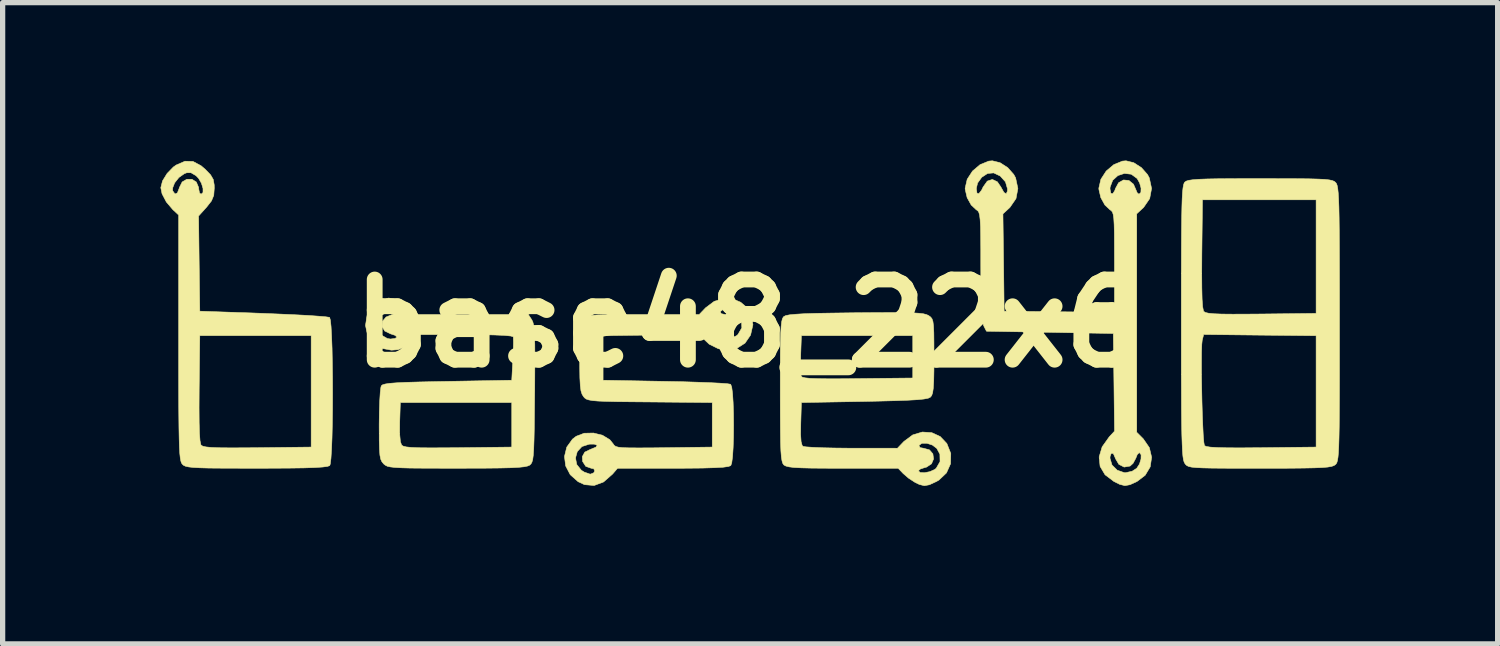
<source format=kicad_pcb>
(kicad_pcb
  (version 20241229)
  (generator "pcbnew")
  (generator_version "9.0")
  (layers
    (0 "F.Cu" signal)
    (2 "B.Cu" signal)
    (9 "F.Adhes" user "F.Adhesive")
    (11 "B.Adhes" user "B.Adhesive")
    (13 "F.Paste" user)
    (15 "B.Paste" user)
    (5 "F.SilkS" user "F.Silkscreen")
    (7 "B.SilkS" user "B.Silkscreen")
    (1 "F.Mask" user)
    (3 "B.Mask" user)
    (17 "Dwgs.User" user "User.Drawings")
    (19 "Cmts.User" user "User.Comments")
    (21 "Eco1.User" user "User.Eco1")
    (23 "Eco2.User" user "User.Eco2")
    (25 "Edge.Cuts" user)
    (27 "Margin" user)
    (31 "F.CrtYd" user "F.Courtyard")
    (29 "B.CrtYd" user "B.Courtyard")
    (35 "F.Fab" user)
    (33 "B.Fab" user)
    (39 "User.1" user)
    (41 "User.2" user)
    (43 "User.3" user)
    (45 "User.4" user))
  (footprint "base48_22x6"
    (layer "F.Cu")
    (at 11.181 3.095)
    (property "Reference" "base48_22x6" (at 0 0 0) (layer "F.SilkS") (effects (font (size 1.524 1.524) (thickness 0.3))))
    (attr through_hole)
    (fp_poly (pts (xy -10.564 -3.078) (xy -10.411 -2.996) (xy -10.331 -2.928) (xy -10.23 -2.823) (xy -10.179 -2.735) (xy -10.161 -2.631) (xy -10.16 -2.568) (xy -10.17 -2.433) (xy -10.213 -2.328) (xy -10.304 -2.212) (xy -10.309 -2.206) (xy -10.458 -2.041) (xy -10.447 -1.137) (xy -10.435 -0.233) (xy -9.229 -0.191) (xy -8.916 -0.178) (xy -8.629 -0.165) (xy -8.38 -0.152) (xy -8.181 -0.138) (xy -8.041 -0.126) (xy -7.973 -0.116) (xy -7.969 -0.114) (xy -7.954 -0.063) (xy -7.941 0.06) (xy -7.931 0.243) (xy -7.922 0.474) (xy -7.917 0.741) (xy -7.913 1.03) (xy -7.912 1.33) (xy -7.913 1.629) (xy -7.917 1.914) (xy -7.923 2.173) (xy -7.932 2.394) (xy -7.943 2.564) (xy -7.956 2.67) (xy -7.967 2.701) (xy -8.008 2.716) (xy -8.099 2.728) (xy -8.248 2.738) (xy -8.46 2.745) (xy -8.741 2.749) (xy -9.097 2.751) (xy -9.358 2.752) (xy -9.731 2.751) (xy -10.03 2.75) (xy -10.261 2.748) (xy -10.436 2.743) (xy -10.562 2.736) (xy -10.649 2.726) (xy -10.706 2.713) (xy -10.743 2.696) (xy -10.767 2.674) (xy -10.767 2.674) (xy -10.783 2.651) (xy -10.795 2.615) (xy -10.806 2.557) (xy -10.815 2.473) (xy -10.822 2.354) (xy -10.827 2.194) (xy -10.831 1.988) (xy -10.834 1.727) (xy -10.835 1.603) (xy -10.449 1.603) (xy -10.447 1.883) (xy -10.441 2.089) (xy -10.431 2.226) (xy -10.416 2.301) (xy -10.409 2.313) (xy -10.379 2.332) (xy -10.318 2.346) (xy -10.217 2.356) (xy -10.066 2.362) (xy -9.856 2.364) (xy -9.578 2.363) (xy -9.339 2.361) (xy -8.319 2.349) (xy -8.319 0.233) (xy -10.435 0.233) (xy -10.447 1.244) (xy -10.449 1.603) (xy -10.835 1.603) (xy -10.836 1.405) (xy -10.837 1.015) (xy -10.837 0.551) (xy -10.837 0.269) (xy -10.837 -2.06) (xy -10.947 -2.162) (xy -11.071 -2.308) (xy -11.152 -2.463) (xy -11.174 -2.569) (xy -10.953 -2.569) (xy -10.949 -2.519) (xy -10.906 -2.46) (xy -10.861 -2.479) (xy -10.825 -2.571) (xy -10.823 -2.581) (xy -10.77 -2.688) (xy -10.682 -2.739) (xy -10.584 -2.739) (xy -10.501 -2.687) (xy -10.458 -2.585) (xy -10.456 -2.556) (xy -10.44 -2.479) (xy -10.411 -2.455) (xy -10.374 -2.487) (xy -10.374 -2.565) (xy -10.404 -2.664) (xy -10.459 -2.758) (xy -10.508 -2.808) (xy -10.602 -2.863) (xy -10.682 -2.863) (xy -10.728 -2.846) (xy -10.832 -2.773) (xy -10.913 -2.671) (xy -10.953 -2.569) (xy -11.174 -2.569) (xy -11.176 -2.579) (xy -11.143 -2.708) (xy -11.057 -2.848) (xy -10.938 -2.971) (xy -10.883 -3.01) (xy -10.716 -3.082) (xy -10.564 -3.078)) (stroke (width 0.01) (type solid)) (fill yes) (layer "F.SilkS"))
    (fp_poly (pts (xy -6.668 -0.459) (xy -6.491 -0.366) (xy -6.415 -0.297) (xy -6.292 -0.169) (xy -4.193 -0.169) (xy -4.127 -0.068) (xy -4.108 -0.03) (xy -4.093 0.028) (xy -4.082 0.113) (xy -4.075 0.235) (xy -4.07 0.404) (xy -4.069 0.629) (xy -4.07 0.919) (xy -4.072 1.283) (xy -4.073 1.332) (xy -4.077 1.699) (xy -4.08 1.99) (xy -4.085 2.215) (xy -4.091 2.383) (xy -4.099 2.503) (xy -4.11 2.585) (xy -4.125 2.637) (xy -4.143 2.669) (xy -4.166 2.691) (xy -4.167 2.692) (xy -4.206 2.709) (xy -4.273 2.723) (xy -4.378 2.734) (xy -4.529 2.742) (xy -4.735 2.747) (xy -5.004 2.75) (xy -5.344 2.751) (xy -5.554 2.752) (xy -5.921 2.751) (xy -6.213 2.75) (xy -6.439 2.748) (xy -6.609 2.743) (xy -6.731 2.736) (xy -6.816 2.726) (xy -6.873 2.713) (xy -6.91 2.694) (xy -6.938 2.672) (xy -6.943 2.667) (xy -6.975 2.628) (xy -6.998 2.578) (xy -7.013 2.502) (xy -7.021 2.387) (xy -7.026 2.218) (xy -7.026 2.097) (xy -6.638 2.097) (xy -6.624 2.246) (xy -6.6 2.312) (xy -6.571 2.331) (xy -6.512 2.346) (xy -6.415 2.356) (xy -6.27 2.362) (xy -6.067 2.364) (xy -5.796 2.363) (xy -5.529 2.361) (xy -4.508 2.349) (xy -4.508 1.503) (xy -6.625 1.503) (xy -6.637 1.877) (xy -6.638 2.097) (xy -7.026 2.097) (xy -7.027 1.981) (xy -7.027 1.916) (xy -7.024 1.683) (xy -7.017 1.477) (xy -7.007 1.314) (xy -6.994 1.211) (xy -6.986 1.185) (xy -6.962 1.166) (xy -6.912 1.151) (xy -6.827 1.138) (xy -6.698 1.128) (xy -6.516 1.119) (xy -6.272 1.112) (xy -5.957 1.105) (xy -5.727 1.101) (xy -4.508 1.079) (xy -4.487 0.687) (xy -4.479 0.511) (xy -4.476 0.365) (xy -4.478 0.273) (xy -4.48 0.253) (xy -4.527 0.239) (xy -4.65 0.227) (xy -4.842 0.219) (xy -5.096 0.213) (xy -5.385 0.212) (xy -6.276 0.212) (xy -6.44 0.36) (xy -6.559 0.454) (xy -6.666 0.498) (xy -6.794 0.508) (xy -6.99 0.471) (xy -7.144 0.37) (xy -7.247 0.221) (xy -7.287 0.039) (xy -7.283 0.012) (xy -7.112 0.012) (xy -7.076 0.121) (xy -6.986 0.221) (xy -6.872 0.286) (xy -6.813 0.296) (xy -6.725 0.285) (xy -6.689 0.259) (xy -6.725 0.226) (xy -6.81 0.198) (xy -6.922 0.144) (xy -6.973 0.056) (xy -6.964 -0.041) (xy -6.896 -0.122) (xy -6.811 -0.156) (xy -6.724 -0.193) (xy -6.706 -0.242) (xy -6.762 -0.282) (xy -6.788 -0.289) (xy -6.861 -0.268) (xy -6.955 -0.201) (xy -7.044 -0.112) (xy -7.102 -0.025) (xy -7.112 0.012) (xy -7.283 0.012) (xy -7.257 -0.15) (xy -7.159 -0.324) (xy -7.018 -0.435) (xy -6.849 -0.482) (xy -6.668 -0.459)) (stroke (width 0.01) (type solid)) (fill yes) (layer "F.SilkS"))
    (fp_poly (pts (xy 10.09 -2.751) (xy 10.392 -2.75) (xy 10.627 -2.748) (xy 10.805 -2.743) (xy 10.935 -2.737) (xy 11.024 -2.727) (xy 11.083 -2.714) (xy 11.121 -2.698) (xy 11.146 -2.677) (xy 11.148 -2.674) (xy 11.163 -2.652) (xy 11.175 -2.617) (xy 11.185 -2.562) (xy 11.194 -2.481) (xy 11.201 -2.368) (xy 11.207 -2.215) (xy 11.211 -2.018) (xy 11.214 -1.769) (xy 11.216 -1.462) (xy 11.217 -1.092) (xy 11.218 -0.651) (xy 11.218 -0.133) (xy 11.218 0.007) (xy 11.218 0.542) (xy 11.218 0.999) (xy 11.217 1.384) (xy 11.215 1.704) (xy 11.213 1.964) (xy 11.209 2.172) (xy 11.204 2.333) (xy 11.198 2.454) (xy 11.19 2.542) (xy 11.18 2.602) (xy 11.169 2.642) (xy 11.155 2.667) (xy 11.141 2.682) (xy 11.112 2.701) (xy 11.066 2.717) (xy 10.994 2.729) (xy 10.888 2.738) (xy 10.739 2.744) (xy 10.537 2.748) (xy 10.274 2.751) (xy 9.941 2.752) (xy 9.704 2.752) (xy 9.329 2.752) (xy 9.03 2.751) (xy 8.798 2.749) (xy 8.623 2.745) (xy 8.496 2.739) (xy 8.409 2.73) (xy 8.352 2.717) (xy 8.317 2.7) (xy 8.294 2.679) (xy 8.279 2.658) (xy 8.265 2.63) (xy 8.253 2.586) (xy 8.243 2.518) (xy 8.235 2.422) (xy 8.229 2.289) (xy 8.223 2.114) (xy 8.219 1.891) (xy 8.216 1.613) (xy 8.215 1.274) (xy 8.213 0.868) (xy 8.213 0.735) (xy 8.596 0.735) (xy 8.596 0.965) (xy 8.6 1.216) (xy 8.605 1.472) (xy 8.612 1.72) (xy 8.621 1.943) (xy 8.63 2.128) (xy 8.641 2.258) (xy 8.652 2.32) (xy 8.652 2.32) (xy 8.685 2.337) (xy 8.765 2.35) (xy 8.898 2.358) (xy 9.094 2.363) (xy 9.359 2.364) (xy 9.7 2.361) (xy 9.729 2.361) (xy 10.774 2.349) (xy 10.774 0.233) (xy 9.706 0.222) (xy 8.638 0.21) (xy 8.61 0.32) (xy 8.602 0.398) (xy 8.597 0.541) (xy 8.596 0.735) (xy 8.213 0.735) (xy 8.213 0.389) (xy 8.213 -0.028) (xy 8.213 -0.566) (xy 8.213 -0.955) (xy 8.601 -0.955) (xy 8.603 -0.671) (xy 8.608 -0.461) (xy 8.618 -0.32) (xy 8.633 -0.242) (xy 8.641 -0.227) (xy 8.671 -0.208) (xy 8.731 -0.194) (xy 8.832 -0.184) (xy 8.982 -0.178) (xy 9.19 -0.176) (xy 9.467 -0.177) (xy 9.732 -0.179) (xy 10.774 -0.191) (xy 10.774 -2.349) (xy 8.615 -2.349) (xy 8.603 -1.318) (xy 8.601 -0.955) (xy 8.213 -0.955) (xy 8.214 -1.025) (xy 8.215 -1.413) (xy 8.217 -1.735) (xy 8.22 -1.997) (xy 8.224 -2.205) (xy 8.229 -2.367) (xy 8.236 -2.487) (xy 8.245 -2.573) (xy 8.255 -2.631) (xy 8.267 -2.667) (xy 8.279 -2.685) (xy 8.307 -2.704) (xy 8.354 -2.719) (xy 8.431 -2.73) (xy 8.544 -2.739) (xy 8.704 -2.745) (xy 8.919 -2.749) (xy 9.198 -2.751) (xy 9.548 -2.752) (xy 9.712 -2.752) (xy 10.09 -2.751)) (stroke (width 0.01) (type solid)) (fill yes) (layer "F.SilkS"))
    (fp_poly (pts (xy 2.922 -0.206) (xy 3.096 -0.202) (xy 3.222 -0.194) (xy 3.31 -0.184) (xy 3.37 -0.169) (xy 3.41 -0.151) (xy 3.413 -0.149) (xy 3.45 -0.122) (xy 3.476 -0.089) (xy 3.494 -0.037) (xy 3.505 0.047) (xy 3.511 0.176) (xy 3.513 0.364) (xy 3.514 0.623) (xy 3.514 0.631) (xy 3.513 0.898) (xy 3.509 1.094) (xy 3.501 1.229) (xy 3.488 1.318) (xy 3.469 1.372) (xy 3.444 1.402) (xy 3.403 1.421) (xy 3.324 1.436) (xy 3.198 1.449) (xy 3.017 1.459) (xy 2.774 1.468) (xy 2.46 1.476) (xy 2.184 1.482) (xy 0.995 1.503) (xy 0.983 1.901) (xy 0.98 2.109) (xy 0.989 2.244) (xy 1.009 2.318) (xy 1.025 2.335) (xy 1.082 2.345) (xy 1.211 2.354) (xy 1.397 2.362) (xy 1.626 2.367) (xy 1.887 2.37) (xy 1.95 2.37) (xy 2.82 2.371) (xy 2.942 2.243) (xy 3.11 2.118) (xy 3.293 2.063) (xy 3.472 2.075) (xy 3.633 2.149) (xy 3.758 2.281) (xy 3.832 2.467) (xy 3.833 2.474) (xy 3.829 2.666) (xy 3.751 2.84) (xy 3.608 2.976) (xy 3.561 3.003) (xy 3.427 3.065) (xy 3.331 3.083) (xy 3.237 3.06) (xy 3.154 3.02) (xy 3.03 2.939) (xy 2.93 2.853) (xy 2.879 2.799) (xy 3.217 2.799) (xy 3.251 2.832) (xy 3.334 2.836) (xy 3.436 2.816) (xy 3.527 2.775) (xy 3.556 2.752) (xy 3.629 2.625) (xy 3.626 2.484) (xy 3.567 2.374) (xy 3.484 2.311) (xy 3.38 2.277) (xy 3.285 2.277) (xy 3.23 2.315) (xy 3.229 2.318) (xy 3.248 2.359) (xy 3.314 2.371) (xy 3.428 2.402) (xy 3.493 2.478) (xy 3.506 2.575) (xy 3.467 2.667) (xy 3.372 2.73) (xy 3.343 2.737) (xy 3.255 2.766) (xy 3.217 2.799) (xy 3.217 2.799) (xy 2.879 2.799) (xy 2.833 2.752) (xy 1.779 2.752) (xy 1.446 2.751) (xy 1.188 2.749) (xy 0.995 2.744) (xy 0.855 2.737) (xy 0.761 2.725) (xy 0.701 2.71) (xy 0.665 2.691) (xy 0.659 2.685) (xy 0.64 2.657) (xy 0.626 2.609) (xy 0.614 2.533) (xy 0.605 2.418) (xy 0.599 2.257) (xy 0.596 2.041) (xy 0.594 1.761) (xy 0.593 1.408) (xy 0.593 1.272) (xy 0.593 0.895) (xy 0.594 0.76) (xy 0.979 0.76) (xy 0.981 0.901) (xy 0.989 0.99) (xy 0.992 1.003) (xy 1.013 1.021) (xy 1.068 1.034) (xy 1.165 1.044) (xy 1.313 1.049) (xy 1.521 1.052) (xy 1.797 1.051) (xy 2.063 1.048) (xy 3.111 1.037) (xy 3.111 0.233) (xy 0.995 0.233) (xy 0.982 0.589) (xy 0.979 0.76) (xy 0.594 0.76) (xy 0.594 0.594) (xy 0.597 0.36) (xy 0.602 0.183) (xy 0.61 0.056) (xy 0.62 -0.031) (xy 0.633 -0.086) (xy 0.65 -0.119) (xy 0.663 -0.132) (xy 0.7 -0.15) (xy 0.773 -0.164) (xy 0.889 -0.175) (xy 1.056 -0.185) (xy 1.282 -0.192) (xy 1.576 -0.197) (xy 1.944 -0.202) (xy 2.022 -0.203) (xy 2.394 -0.206) (xy 2.691 -0.207) (xy 2.922 -0.206)) (stroke (width 0.01) (type solid)) (fill yes) (layer "F.SilkS"))
    (fp_poly (pts (xy 7.309 -3.054) (xy 7.455 -2.96) (xy 7.57 -2.83) (xy 7.605 -2.765) (xy 7.648 -2.564) (xy 7.612 -2.372) (xy 7.499 -2.207) (xy 7.49 -2.198) (xy 7.366 -2.083) (xy 7.366 2.068) (xy 7.49 2.192) (xy 7.606 2.36) (xy 7.649 2.543) (xy 7.622 2.725) (xy 7.526 2.885) (xy 7.371 3.003) (xy 7.238 3.064) (xy 7.141 3.082) (xy 7.042 3.057) (xy 6.933 3.003) (xy 6.764 2.875) (xy 6.67 2.716) (xy 6.654 2.561) (xy 6.858 2.561) (xy 6.896 2.69) (xy 6.995 2.788) (xy 7.129 2.835) (xy 7.154 2.836) (xy 7.279 2.808) (xy 7.366 2.752) (xy 7.418 2.672) (xy 7.447 2.576) (xy 7.449 2.494) (xy 7.418 2.456) (xy 7.413 2.455) (xy 7.376 2.491) (xy 7.349 2.56) (xy 7.296 2.659) (xy 7.239 2.71) (xy 7.127 2.729) (xy 7.026 2.677) (xy 6.962 2.568) (xy 6.96 2.56) (xy 6.922 2.474) (xy 6.883 2.464) (xy 6.859 2.53) (xy 6.858 2.561) (xy 6.654 2.561) (xy 6.652 2.535) (xy 6.709 2.344) (xy 6.843 2.156) (xy 6.944 2.047) (xy 6.933 1.119) (xy 6.921 0.191) (xy 5.716 0.169) (xy 4.511 0.148) (xy 4.457 0.042) (xy 4.439 -0.024) (xy 4.424 -0.144) (xy 4.414 -0.325) (xy 4.407 -0.573) (xy 4.404 -0.895) (xy 4.403 -1.089) (xy 4.403 -1.41) (xy 4.401 -1.656) (xy 4.398 -1.839) (xy 4.391 -1.968) (xy 4.381 -2.054) (xy 4.367 -2.107) (xy 4.348 -2.138) (xy 4.322 -2.157) (xy 4.318 -2.159) (xy 4.221 -2.25) (xy 4.144 -2.389) (xy 4.108 -2.542) (xy 4.107 -2.563) (xy 4.318 -2.563) (xy 4.331 -2.475) (xy 4.367 -2.466) (xy 4.419 -2.533) (xy 4.448 -2.593) (xy 4.527 -2.704) (xy 4.623 -2.736) (xy 4.718 -2.691) (xy 4.784 -2.594) (xy 4.843 -2.489) (xy 4.886 -2.462) (xy 4.909 -2.513) (xy 4.911 -2.556) (xy 4.872 -2.69) (xy 4.772 -2.801) (xy 4.648 -2.86) (xy 4.531 -2.849) (xy 4.421 -2.777) (xy 4.342 -2.667) (xy 4.318 -2.563) (xy 4.107 -2.563) (xy 4.106 -2.57) (xy 4.145 -2.739) (xy 4.246 -2.895) (xy 4.39 -3.017) (xy 4.554 -3.084) (xy 4.623 -3.09) (xy 4.769 -3.054) (xy 4.915 -2.96) (xy 5.03 -2.83) (xy 5.065 -2.765) (xy 5.108 -2.563) (xy 5.072 -2.372) (xy 4.958 -2.206) (xy 4.949 -2.197) (xy 4.824 -2.081) (xy 4.836 -1.157) (xy 4.847 -0.233) (xy 5.895 -0.222) (xy 6.943 -0.21) (xy 6.943 -1.162) (xy 6.942 -1.47) (xy 6.941 -1.704) (xy 6.937 -1.875) (xy 6.93 -1.994) (xy 6.919 -2.071) (xy 6.903 -2.118) (xy 6.881 -2.144) (xy 6.858 -2.159) (xy 6.761 -2.25) (xy 6.684 -2.389) (xy 6.648 -2.542) (xy 6.647 -2.556) (xy 6.858 -2.556) (xy 6.874 -2.473) (xy 6.911 -2.464) (xy 6.951 -2.529) (xy 6.96 -2.56) (xy 7.021 -2.673) (xy 7.115 -2.726) (xy 7.218 -2.716) (xy 7.304 -2.646) (xy 7.341 -2.562) (xy 7.375 -2.482) (xy 7.409 -2.455) (xy 7.445 -2.489) (xy 7.448 -2.57) (xy 7.421 -2.669) (xy 7.373 -2.754) (xy 7.262 -2.835) (xy 7.132 -2.85) (xy 7.007 -2.809) (xy 6.909 -2.719) (xy 6.86 -2.59) (xy 6.858 -2.556) (xy 6.647 -2.556) (xy 6.646 -2.57) (xy 6.685 -2.739) (xy 6.786 -2.895) (xy 6.93 -3.017) (xy 7.094 -3.084) (xy 7.163 -3.09) (xy 7.309 -3.054)) (stroke (width 0.01) (type solid)) (fill yes) (layer "F.SilkS"))
    (fp_poly (pts (xy -0.314 -0.466) (xy -0.159 -0.403) (xy -0.034 -0.296) (xy 0.048 -0.15) (xy 0.074 0.025) (xy 0.029 0.221) (xy 0.028 0.223) (xy -0.076 0.374) (xy -0.225 0.469) (xy -0.401 0.505) (xy -0.584 0.48) (xy -0.756 0.395) (xy -0.858 0.299) (xy -0.885 0.27) (xy -0.902 0.259) (xy -0.55 0.259) (xy -0.516 0.292) (xy -0.434 0.296) (xy -0.332 0.276) (xy -0.24 0.235) (xy -0.212 0.212) (xy -0.137 0.084) (xy -0.143 -0.062) (xy -0.172 -0.132) (xy -0.253 -0.217) (xy -0.368 -0.269) (xy -0.478 -0.272) (xy -0.486 -0.269) (xy -0.546 -0.226) (xy -0.53 -0.186) (xy -0.45 -0.169) (xy -0.338 -0.138) (xy -0.274 -0.062) (xy -0.262 0.035) (xy -0.302 0.127) (xy -0.396 0.19) (xy -0.424 0.197) (xy -0.513 0.226) (xy -0.55 0.259) (xy -0.55 0.259) (xy -0.902 0.259) (xy -0.92 0.248) (xy -0.974 0.233) (xy -1.059 0.223) (xy -1.184 0.218) (xy -1.363 0.217) (xy -1.606 0.219) (xy -1.852 0.221) (xy -2.773 0.233) (xy -2.773 1.079) (xy -1.587 1.101) (xy -1.277 1.107) (xy -0.994 1.116) (xy -0.748 1.125) (xy -0.551 1.135) (xy -0.415 1.145) (xy -0.352 1.155) (xy -0.349 1.156) (xy -0.329 1.21) (xy -0.313 1.332) (xy -0.302 1.504) (xy -0.295 1.71) (xy -0.293 1.932) (xy -0.295 2.155) (xy -0.302 2.36) (xy -0.313 2.531) (xy -0.329 2.651) (xy -0.347 2.701) (xy -0.392 2.718) (xy -0.493 2.732) (xy -0.656 2.741) (xy -0.887 2.748) (xy -1.192 2.751) (xy -1.448 2.752) (xy -2.498 2.752) (xy -2.593 2.862) (xy -2.764 3.012) (xy -2.943 3.079) (xy -3.126 3.063) (xy -3.247 3.007) (xy -3.397 2.874) (xy -3.484 2.707) (xy -3.503 2.555) (xy -3.297 2.555) (xy -3.273 2.681) (xy -3.187 2.789) (xy -3.132 2.824) (xy -3.017 2.864) (xy -2.95 2.838) (xy -2.931 2.802) (xy -2.951 2.761) (xy -2.997 2.752) (xy -3.102 2.715) (xy -3.162 2.622) (xy -3.168 2.532) (xy -3.121 2.445) (xy -3.016 2.394) (xy -2.909 2.35) (xy -2.885 2.313) (xy -2.942 2.293) (xy -3.036 2.294) (xy -3.175 2.339) (xy -3.263 2.434) (xy -3.297 2.555) (xy -3.503 2.555) (xy -3.506 2.526) (xy -3.463 2.35) (xy -3.354 2.198) (xy -3.284 2.144) (xy -3.132 2.086) (xy -2.956 2.082) (xy -2.785 2.124) (xy -2.645 2.209) (xy -2.582 2.287) (xy -2.563 2.315) (xy -2.534 2.336) (xy -2.484 2.351) (xy -2.401 2.36) (xy -2.275 2.364) (xy -2.094 2.365) (xy -1.848 2.364) (xy -1.617 2.361) (xy -0.699 2.349) (xy -0.699 1.503) (xy -1.884 1.492) (xy -2.232 1.489) (xy -2.505 1.486) (xy -2.713 1.481) (xy -2.866 1.475) (xy -2.973 1.466) (xy -3.045 1.453) (xy -3.092 1.437) (xy -3.122 1.416) (xy -3.143 1.392) (xy -3.172 1.346) (xy -3.193 1.281) (xy -3.206 1.181) (xy -3.214 1.033) (xy -3.217 0.824) (xy -3.217 0.661) (xy -3.216 0.398) (xy -3.21 0.207) (xy -3.198 0.074) (xy -3.18 -0.015) (xy -3.154 -0.072) (xy -3.151 -0.075) (xy -3.129 -0.104) (xy -3.101 -0.126) (xy -3.056 -0.143) (xy -2.984 -0.154) (xy -2.875 -0.162) (xy -2.719 -0.167) (xy -2.505 -0.169) (xy -2.223 -0.169) (xy -2.016 -0.169) (xy -0.947 -0.169) (xy -0.825 -0.297) (xy -0.661 -0.42) (xy -0.486 -0.474) (xy -0.314 -0.466)) (stroke (width 0.01) (type solid)) (fill yes) (layer "F.SilkS")))
  (gr_rect
    (start -3 -3)
    (end 25.404 9.184)
    (stroke (width 0.1) (type default))
    (fill no)
    (layer "Edge.Cuts")))
</source>
